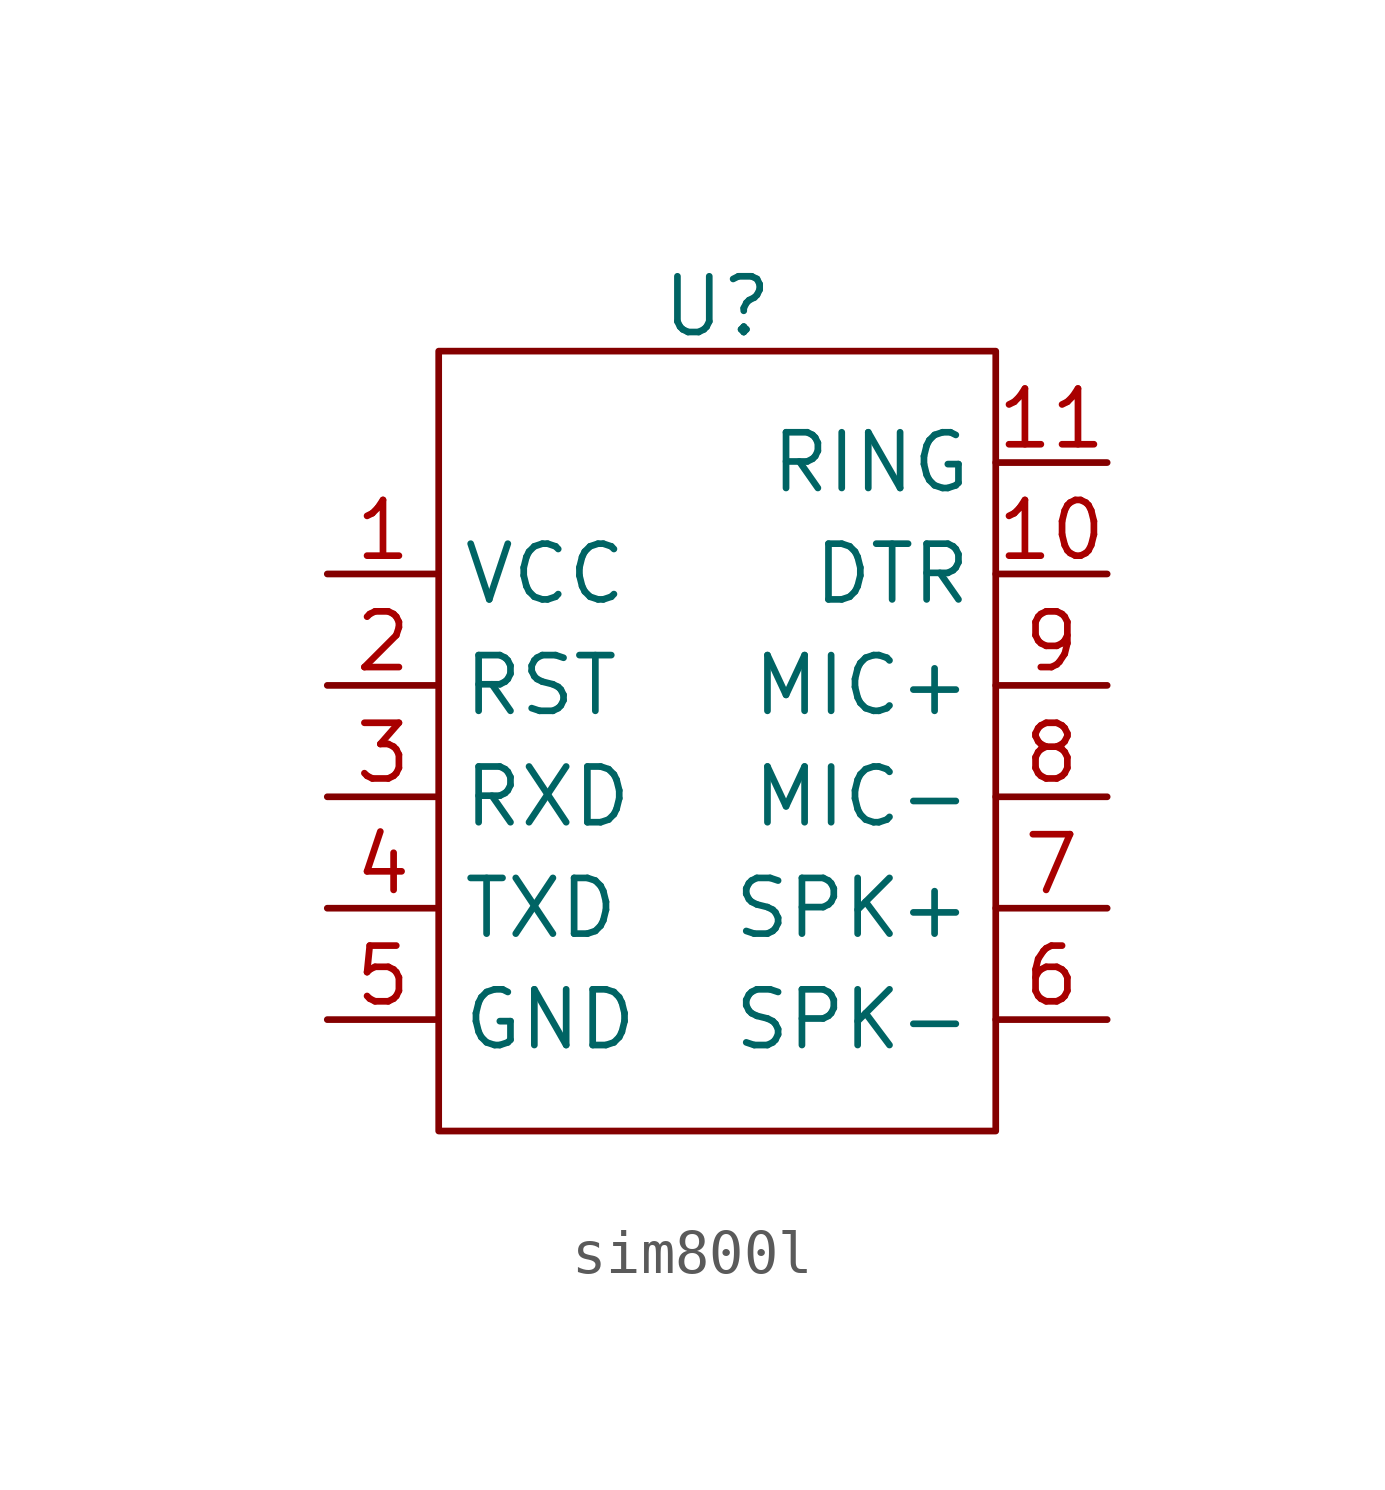
<source format=kicad_sym>
(kicad_symbol_lib
  (version 20231120)
  (generator "kicad_symbol_editor")
  (generator_version "8.0")
  (symbol "sim800l"
    (property "Reference" "U"
      (at 0 9.906 0)
      (effects (font (size 1.27 1.27))))
    (property "Value" ""
      (at -10.16 5.08 0)
      (effects (font (size 1.27 1.27))))
    (symbol "sim800l_0_1"
      (rectangle (start -6.35 8.89) (end 6.35 -8.89) (stroke (width 0) (type default)) (fill (type none))))
    (symbol "sim800l_1_1"
      (pin input line (at -8.89 3.81 0) (length 2.54) (name "VCC" (effects (font (size 1.27 1.27)))) (number "1" (effects (font (size 1.27 1.27)))))
      (pin input line (at 8.89 3.81 180) (length 2.54) (name "DTR" (effects (font (size 1.27 1.27)))) (number "10" (effects (font (size 1.27 1.27)))))
      (pin output line (at 8.89 6.35 180) (length 2.54) (name "RING" (effects (font (size 1.27 1.27)))) (number "11" (effects (font (size 1.27 1.27)))))
      (pin input line (at -8.89 1.27 0) (length 2.54) (name "RST" (effects (font (size 1.27 1.27)))) (number "2" (effects (font (size 1.27 1.27)))))
      (pin input line (at -8.89 -1.27 0) (length 2.54) (name "RXD" (effects (font (size 1.27 1.27)))) (number "3" (effects (font (size 1.27 1.27)))))
      (pin output line (at -8.89 -3.81 0) (length 2.54) (name "TXD" (effects (font (size 1.27 1.27)))) (number "4" (effects (font (size 1.27 1.27)))))
      (pin input line (at -8.89 -6.35 0) (length 2.54) (name "GND" (effects (font (size 1.27 1.27)))) (number "5" (effects (font (size 1.27 1.27)))))
      (pin output line (at 8.89 -6.35 180) (length 2.54) (name "SPK-" (effects (font (size 1.27 1.27)))) (number "6" (effects (font (size 1.27 1.27)))))
      (pin output line (at 8.89 -3.81 180) (length 2.54) (name "SPK+" (effects (font (size 1.27 1.27)))) (number "7" (effects (font (size 1.27 1.27)))))
      (pin input line (at 8.89 -1.27 180) (length 2.54) (name "MIC-" (effects (font (size 1.27 1.27)))) (number "8" (effects (font (size 1.27 1.27)))))
      (pin input line (at 8.89 1.27 180) (length 2.54) (name "MIC+" (effects (font (size 1.27 1.27)))) (number "9" (effects (font (size 1.27 1.27))))))))
</source>
